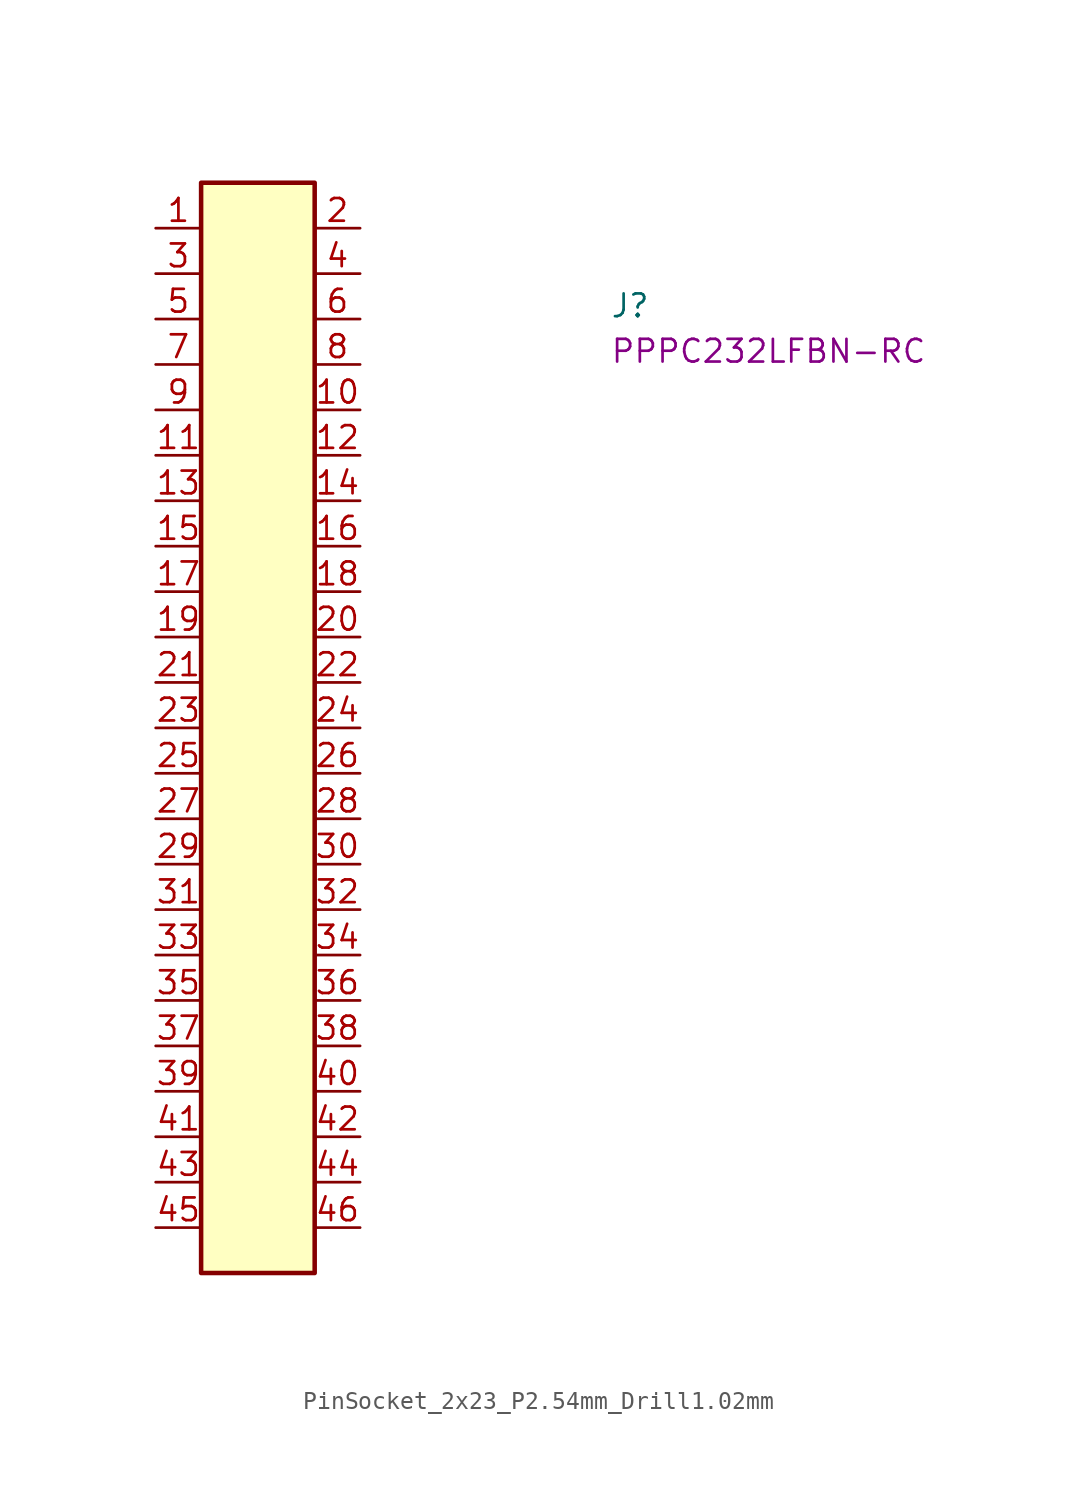
<source format=kicad_sym>
(kicad_symbol_lib
  (version 20220914)
  (generator kicad_symbol_editor)
  (symbol "PinSocket_2x23_P2.54mm_Drill1.02mm"
    (property "Reference" "J"
      (at 25.4 -5.08 0)
      (effects (font (size 1.27 1.27) (thickness 0.15)) (justify left bottom)))
    (property "MPN" "PPPC232LFBN-RC"
      (at 25.4 -7.62 0)
      (effects (font (size 1.27 1.27) (thickness 0.15)) (justify left bottom)))
    (symbol "PinSocket_2x23_P2.54mm_Drill1.02mm_1_1"
      (rectangle (start 2.54 2.54) (end 8.89 -58.42) (stroke (width 0.254) (type default)) (fill (type background)))
      (pin passive line (at 0 0 0) (length 2.54) (name "~" (effects (font (size 1.27 1.27)))) (number "1" (effects (font (size 1.27 1.27)))))
      (pin passive line (at 11.43 -10.16 180) (length 2.54) (name "~" (effects (font (size 1.27 1.27)))) (number "10" (effects (font (size 1.27 1.27)))))
      (pin passive line (at 0 -12.7 0) (length 2.54) (name "~" (effects (font (size 1.27 1.27)))) (number "11" (effects (font (size 1.27 1.27)))))
      (pin passive line (at 11.43 -12.7 180) (length 2.54) (name "~" (effects (font (size 1.27 1.27)))) (number "12" (effects (font (size 1.27 1.27)))))
      (pin passive line (at 0 -15.24 0) (length 2.54) (name "~" (effects (font (size 1.27 1.27)))) (number "13" (effects (font (size 1.27 1.27)))))
      (pin passive line (at 11.43 -15.24 180) (length 2.54) (name "~" (effects (font (size 1.27 1.27)))) (number "14" (effects (font (size 1.27 1.27)))))
      (pin passive line (at 0 -17.78 0) (length 2.54) (name "~" (effects (font (size 1.27 1.27)))) (number "15" (effects (font (size 1.27 1.27)))))
      (pin passive line (at 11.43 -17.78 180) (length 2.54) (name "~" (effects (font (size 1.27 1.27)))) (number "16" (effects (font (size 1.27 1.27)))))
      (pin passive line (at 0 -20.32 0) (length 2.54) (name "~" (effects (font (size 1.27 1.27)))) (number "17" (effects (font (size 1.27 1.27)))))
      (pin passive line (at 11.43 -20.32 180) (length 2.54) (name "~" (effects (font (size 1.27 1.27)))) (number "18" (effects (font (size 1.27 1.27)))))
      (pin passive line (at 0 -22.86 0) (length 2.54) (name "~" (effects (font (size 1.27 1.27)))) (number "19" (effects (font (size 1.27 1.27)))))
      (pin passive line (at 11.43 0 180) (length 2.54) (name "~" (effects (font (size 1.27 1.27)))) (number "2" (effects (font (size 1.27 1.27)))))
      (pin passive line (at 11.43 -22.86 180) (length 2.54) (name "~" (effects (font (size 1.27 1.27)))) (number "20" (effects (font (size 1.27 1.27)))))
      (pin passive line (at 0 -25.4 0) (length 2.54) (name "~" (effects (font (size 1.27 1.27)))) (number "21" (effects (font (size 1.27 1.27)))))
      (pin passive line (at 11.43 -25.4 180) (length 2.54) (name "~" (effects (font (size 1.27 1.27)))) (number "22" (effects (font (size 1.27 1.27)))))
      (pin passive line (at 0 -27.94 0) (length 2.54) (name "~" (effects (font (size 1.27 1.27)))) (number "23" (effects (font (size 1.27 1.27)))))
      (pin passive line (at 11.43 -27.94 180) (length 2.54) (name "~" (effects (font (size 1.27 1.27)))) (number "24" (effects (font (size 1.27 1.27)))))
      (pin passive line (at 0 -30.48 0) (length 2.54) (name "~" (effects (font (size 1.27 1.27)))) (number "25" (effects (font (size 1.27 1.27)))))
      (pin passive line (at 11.43 -30.48 180) (length 2.54) (name "~" (effects (font (size 1.27 1.27)))) (number "26" (effects (font (size 1.27 1.27)))))
      (pin passive line (at 0 -33.02 0) (length 2.54) (name "~" (effects (font (size 1.27 1.27)))) (number "27" (effects (font (size 1.27 1.27)))))
      (pin passive line (at 11.43 -33.02 180) (length 2.54) (name "~" (effects (font (size 1.27 1.27)))) (number "28" (effects (font (size 1.27 1.27)))))
      (pin passive line (at 0 -35.56 0) (length 2.54) (name "~" (effects (font (size 1.27 1.27)))) (number "29" (effects (font (size 1.27 1.27)))))
      (pin passive line (at 0 -2.54 0) (length 2.54) (name "~" (effects (font (size 1.27 1.27)))) (number "3" (effects (font (size 1.27 1.27)))))
      (pin passive line (at 11.43 -35.56 180) (length 2.54) (name "~" (effects (font (size 1.27 1.27)))) (number "30" (effects (font (size 1.27 1.27)))))
      (pin passive line (at 0 -38.1 0) (length 2.54) (name "~" (effects (font (size 1.27 1.27)))) (number "31" (effects (font (size 1.27 1.27)))))
      (pin passive line (at 11.43 -38.1 180) (length 2.54) (name "~" (effects (font (size 1.27 1.27)))) (number "32" (effects (font (size 1.27 1.27)))))
      (pin passive line (at 0 -40.64 0) (length 2.54) (name "~" (effects (font (size 1.27 1.27)))) (number "33" (effects (font (size 1.27 1.27)))))
      (pin passive line (at 11.43 -40.64 180) (length 2.54) (name "~" (effects (font (size 1.27 1.27)))) (number "34" (effects (font (size 1.27 1.27)))))
      (pin passive line (at 0 -43.18 0) (length 2.54) (name "~" (effects (font (size 1.27 1.27)))) (number "35" (effects (font (size 1.27 1.27)))))
      (pin passive line (at 11.43 -43.18 180) (length 2.54) (name "~" (effects (font (size 1.27 1.27)))) (number "36" (effects (font (size 1.27 1.27)))))
      (pin passive line (at 0 -45.72 0) (length 2.54) (name "~" (effects (font (size 1.27 1.27)))) (number "37" (effects (font (size 1.27 1.27)))))
      (pin passive line (at 11.43 -45.72 180) (length 2.54) (name "~" (effects (font (size 1.27 1.27)))) (number "38" (effects (font (size 1.27 1.27)))))
      (pin passive line (at 0 -48.26 0) (length 2.54) (name "~" (effects (font (size 1.27 1.27)))) (number "39" (effects (font (size 1.27 1.27)))))
      (pin passive line (at 11.43 -2.54 180) (length 2.54) (name "~" (effects (font (size 1.27 1.27)))) (number "4" (effects (font (size 1.27 1.27)))))
      (pin passive line (at 11.43 -48.26 180) (length 2.54) (name "~" (effects (font (size 1.27 1.27)))) (number "40" (effects (font (size 1.27 1.27)))))
      (pin passive line (at 0 -50.8 0) (length 2.54) (name "~" (effects (font (size 1.27 1.27)))) (number "41" (effects (font (size 1.27 1.27)))))
      (pin passive line (at 11.43 -50.8 180) (length 2.54) (name "~" (effects (font (size 1.27 1.27)))) (number "42" (effects (font (size 1.27 1.27)))))
      (pin passive line (at 0 -53.34 0) (length 2.54) (name "~" (effects (font (size 1.27 1.27)))) (number "43" (effects (font (size 1.27 1.27)))))
      (pin passive line (at 11.43 -53.34 180) (length 2.54) (name "~" (effects (font (size 1.27 1.27)))) (number "44" (effects (font (size 1.27 1.27)))))
      (pin passive line (at 0 -55.88 0) (length 2.54) (name "~" (effects (font (size 1.27 1.27)))) (number "45" (effects (font (size 1.27 1.27)))))
      (pin passive line (at 11.43 -55.88 180) (length 2.54) (name "~" (effects (font (size 1.27 1.27)))) (number "46" (effects (font (size 1.27 1.27)))))
      (pin passive line (at 0 -5.08 0) (length 2.54) (name "~" (effects (font (size 1.27 1.27)))) (number "5" (effects (font (size 1.27 1.27)))))
      (pin passive line (at 11.43 -5.08 180) (length 2.54) (name "~" (effects (font (size 1.27 1.27)))) (number "6" (effects (font (size 1.27 1.27)))))
      (pin passive line (at 0 -7.62 0) (length 2.54) (name "~" (effects (font (size 1.27 1.27)))) (number "7" (effects (font (size 1.27 1.27)))))
      (pin passive line (at 11.43 -7.62 180) (length 2.54) (name "~" (effects (font (size 1.27 1.27)))) (number "8" (effects (font (size 1.27 1.27)))))
      (pin passive line (at 0 -10.16 0) (length 2.54) (name "~" (effects (font (size 1.27 1.27)))) (number "9" (effects (font (size 1.27 1.27))))))))
</source>
